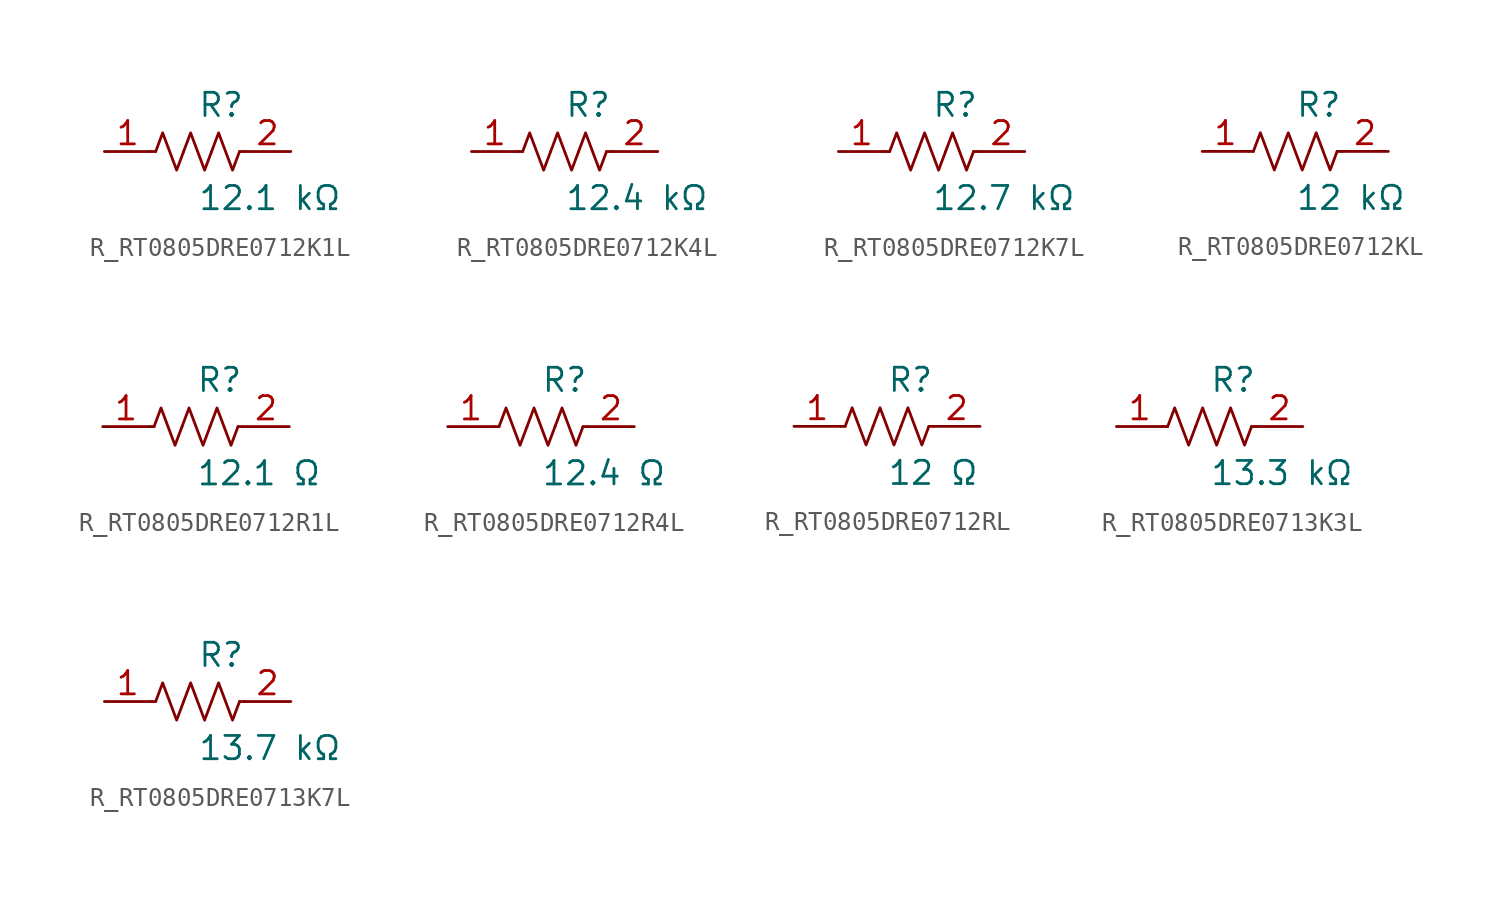
<source format=kicad_sym>
(kicad_symbol_lib
  (version 20231120)
  (generator kicad_symbol_editor)
  (generator_version 8.0)
  (symbol "R_RT0805DRE0712K1L"
    (pin_names
      (offset 0.254))
    (property "Reference" "R"
      (at 0 2.54 0)
      (effects (font (size 1.27 1.27)) (justify left)))
    (property "Value" "12.1 kΩ"
      (at 0 -2.54 0)
      (effects (font (size 1.27 1.27)) (justify left)))
    (symbol "R_RT0805DRE0712K1L_0_1"
      (polyline (pts (xy 2.286 0) (xy 2.54 0)) (stroke (width 0) (type default)) (fill (type none)))
      (polyline (pts (xy -2.286 0) (xy -2.54 0)) (stroke (width 0) (type default)) (fill (type none)))
      (polyline (pts (xy 0.762 0) (xy 1.143 1.016) (xy 1.524 0) (xy 1.905 -1.016) (xy 2.286 0)) (stroke (width 0) (type default)) (fill (type none)))
      (polyline (pts (xy -0.762 0) (xy -0.381 1.016) (xy 0 0) (xy 0.381 -1.016) (xy 0.762 0)) (stroke (width 0) (type default)) (fill (type none)))
      (polyline (pts (xy -2.286 0) (xy -1.905 1.016) (xy -1.524 0) (xy -1.143 -1.016) (xy -0.762 0)) (stroke (width 0) (type default)) (fill (type none))))
    (pin passive line
      (at -5.08 0 0)
      (length 2.54)
      (name "" (effects (font (size 1.27 1.27))))
      (number "1" (effects (font (size 1.27 1.27)))))
    (pin passive line
      (at 5.08 0 180)
      (length 2.54)
      (name "" (effects (font (size 1.27 1.27))))
      (number "2" (effects (font (size 1.27 1.27))))))
  (symbol "R_RT0805DRE0712K4L"
    (pin_names
      (offset 0.254))
    (property "Reference" "R"
      (at 0 2.54 0)
      (effects (font (size 1.27 1.27)) (justify left)))
    (property "Value" "12.4 kΩ"
      (at 0 -2.54 0)
      (effects (font (size 1.27 1.27)) (justify left)))
    (symbol "R_RT0805DRE0712K4L_0_1"
      (polyline (pts (xy 2.286 0) (xy 2.54 0)) (stroke (width 0) (type default)) (fill (type none)))
      (polyline (pts (xy -2.286 0) (xy -2.54 0)) (stroke (width 0) (type default)) (fill (type none)))
      (polyline (pts (xy 0.762 0) (xy 1.143 1.016) (xy 1.524 0) (xy 1.905 -1.016) (xy 2.286 0)) (stroke (width 0) (type default)) (fill (type none)))
      (polyline (pts (xy -0.762 0) (xy -0.381 1.016) (xy 0 0) (xy 0.381 -1.016) (xy 0.762 0)) (stroke (width 0) (type default)) (fill (type none)))
      (polyline (pts (xy -2.286 0) (xy -1.905 1.016) (xy -1.524 0) (xy -1.143 -1.016) (xy -0.762 0)) (stroke (width 0) (type default)) (fill (type none))))
    (pin passive line
      (at -5.08 0 0)
      (length 2.54)
      (name "" (effects (font (size 1.27 1.27))))
      (number "1" (effects (font (size 1.27 1.27)))))
    (pin passive line
      (at 5.08 0 180)
      (length 2.54)
      (name "" (effects (font (size 1.27 1.27))))
      (number "2" (effects (font (size 1.27 1.27))))))
  (symbol "R_RT0805DRE0712K7L"
    (pin_names
      (offset 0.254))
    (property "Reference" "R"
      (at 0 2.54 0)
      (effects (font (size 1.27 1.27)) (justify left)))
    (property "Value" "12.7 kΩ"
      (at 0 -2.54 0)
      (effects (font (size 1.27 1.27)) (justify left)))
    (symbol "R_RT0805DRE0712K7L_0_1"
      (polyline (pts (xy 2.286 0) (xy 2.54 0)) (stroke (width 0) (type default)) (fill (type none)))
      (polyline (pts (xy -2.286 0) (xy -2.54 0)) (stroke (width 0) (type default)) (fill (type none)))
      (polyline (pts (xy 0.762 0) (xy 1.143 1.016) (xy 1.524 0) (xy 1.905 -1.016) (xy 2.286 0)) (stroke (width 0) (type default)) (fill (type none)))
      (polyline (pts (xy -0.762 0) (xy -0.381 1.016) (xy 0 0) (xy 0.381 -1.016) (xy 0.762 0)) (stroke (width 0) (type default)) (fill (type none)))
      (polyline (pts (xy -2.286 0) (xy -1.905 1.016) (xy -1.524 0) (xy -1.143 -1.016) (xy -0.762 0)) (stroke (width 0) (type default)) (fill (type none))))
    (pin passive line
      (at -5.08 0 0)
      (length 2.54)
      (name "" (effects (font (size 1.27 1.27))))
      (number "1" (effects (font (size 1.27 1.27)))))
    (pin passive line
      (at 5.08 0 180)
      (length 2.54)
      (name "" (effects (font (size 1.27 1.27))))
      (number "2" (effects (font (size 1.27 1.27))))))
  (symbol "R_RT0805DRE0712KL"
    (pin_names
      (offset 0.254))
    (property "Reference" "R"
      (at 0 2.54 0)
      (effects (font (size 1.27 1.27)) (justify left)))
    (property "Value" "12 kΩ"
      (at 0 -2.54 0)
      (effects (font (size 1.27 1.27)) (justify left)))
    (symbol "R_RT0805DRE0712KL_0_1"
      (polyline (pts (xy 2.286 0) (xy 2.54 0)) (stroke (width 0) (type default)) (fill (type none)))
      (polyline (pts (xy -2.286 0) (xy -2.54 0)) (stroke (width 0) (type default)) (fill (type none)))
      (polyline (pts (xy 0.762 0) (xy 1.143 1.016) (xy 1.524 0) (xy 1.905 -1.016) (xy 2.286 0)) (stroke (width 0) (type default)) (fill (type none)))
      (polyline (pts (xy -0.762 0) (xy -0.381 1.016) (xy 0 0) (xy 0.381 -1.016) (xy 0.762 0)) (stroke (width 0) (type default)) (fill (type none)))
      (polyline (pts (xy -2.286 0) (xy -1.905 1.016) (xy -1.524 0) (xy -1.143 -1.016) (xy -0.762 0)) (stroke (width 0) (type default)) (fill (type none))))
    (pin passive line
      (at -5.08 0 0)
      (length 2.54)
      (name "" (effects (font (size 1.27 1.27))))
      (number "1" (effects (font (size 1.27 1.27)))))
    (pin passive line
      (at 5.08 0 180)
      (length 2.54)
      (name "" (effects (font (size 1.27 1.27))))
      (number "2" (effects (font (size 1.27 1.27))))))
  (symbol "R_RT0805DRE0712R1L"
    (pin_names
      (offset 0.254))
    (property "Reference" "R"
      (at 0 2.54 0)
      (effects (font (size 1.27 1.27)) (justify left)))
    (property "Value" "12.1 Ω"
      (at 0 -2.54 0)
      (effects (font (size 1.27 1.27)) (justify left)))
    (symbol "R_RT0805DRE0712R1L_0_1"
      (polyline (pts (xy 2.286 0) (xy 2.54 0)) (stroke (width 0) (type default)) (fill (type none)))
      (polyline (pts (xy -2.286 0) (xy -2.54 0)) (stroke (width 0) (type default)) (fill (type none)))
      (polyline (pts (xy 0.762 0) (xy 1.143 1.016) (xy 1.524 0) (xy 1.905 -1.016) (xy 2.286 0)) (stroke (width 0) (type default)) (fill (type none)))
      (polyline (pts (xy -0.762 0) (xy -0.381 1.016) (xy 0 0) (xy 0.381 -1.016) (xy 0.762 0)) (stroke (width 0) (type default)) (fill (type none)))
      (polyline (pts (xy -2.286 0) (xy -1.905 1.016) (xy -1.524 0) (xy -1.143 -1.016) (xy -0.762 0)) (stroke (width 0) (type default)) (fill (type none))))
    (pin passive line
      (at -5.08 0 0)
      (length 2.54)
      (name "" (effects (font (size 1.27 1.27))))
      (number "1" (effects (font (size 1.27 1.27)))))
    (pin passive line
      (at 5.08 0 180)
      (length 2.54)
      (name "" (effects (font (size 1.27 1.27))))
      (number "2" (effects (font (size 1.27 1.27))))))
  (symbol "R_RT0805DRE0712R4L"
    (pin_names
      (offset 0.254))
    (property "Reference" "R"
      (at 0 2.54 0)
      (effects (font (size 1.27 1.27)) (justify left)))
    (property "Value" "12.4 Ω"
      (at 0 -2.54 0)
      (effects (font (size 1.27 1.27)) (justify left)))
    (symbol "R_RT0805DRE0712R4L_0_1"
      (polyline (pts (xy 2.286 0) (xy 2.54 0)) (stroke (width 0) (type default)) (fill (type none)))
      (polyline (pts (xy -2.286 0) (xy -2.54 0)) (stroke (width 0) (type default)) (fill (type none)))
      (polyline (pts (xy 0.762 0) (xy 1.143 1.016) (xy 1.524 0) (xy 1.905 -1.016) (xy 2.286 0)) (stroke (width 0) (type default)) (fill (type none)))
      (polyline (pts (xy -0.762 0) (xy -0.381 1.016) (xy 0 0) (xy 0.381 -1.016) (xy 0.762 0)) (stroke (width 0) (type default)) (fill (type none)))
      (polyline (pts (xy -2.286 0) (xy -1.905 1.016) (xy -1.524 0) (xy -1.143 -1.016) (xy -0.762 0)) (stroke (width 0) (type default)) (fill (type none))))
    (pin passive line
      (at -5.08 0 0)
      (length 2.54)
      (name "" (effects (font (size 1.27 1.27))))
      (number "1" (effects (font (size 1.27 1.27)))))
    (pin passive line
      (at 5.08 0 180)
      (length 2.54)
      (name "" (effects (font (size 1.27 1.27))))
      (number "2" (effects (font (size 1.27 1.27))))))
  (symbol "R_RT0805DRE0712RL"
    (pin_names
      (offset 0.254))
    (property "Reference" "R"
      (at 0 2.54 0)
      (effects (font (size 1.27 1.27)) (justify left)))
    (property "Value" "12 Ω"
      (at 0 -2.54 0)
      (effects (font (size 1.27 1.27)) (justify left)))
    (symbol "R_RT0805DRE0712RL_0_1"
      (polyline (pts (xy 2.286 0) (xy 2.54 0)) (stroke (width 0) (type default)) (fill (type none)))
      (polyline (pts (xy -2.286 0) (xy -2.54 0)) (stroke (width 0) (type default)) (fill (type none)))
      (polyline (pts (xy 0.762 0) (xy 1.143 1.016) (xy 1.524 0) (xy 1.905 -1.016) (xy 2.286 0)) (stroke (width 0) (type default)) (fill (type none)))
      (polyline (pts (xy -0.762 0) (xy -0.381 1.016) (xy 0 0) (xy 0.381 -1.016) (xy 0.762 0)) (stroke (width 0) (type default)) (fill (type none)))
      (polyline (pts (xy -2.286 0) (xy -1.905 1.016) (xy -1.524 0) (xy -1.143 -1.016) (xy -0.762 0)) (stroke (width 0) (type default)) (fill (type none))))
    (pin passive line
      (at -5.08 0 0)
      (length 2.54)
      (name "" (effects (font (size 1.27 1.27))))
      (number "1" (effects (font (size 1.27 1.27)))))
    (pin passive line
      (at 5.08 0 180)
      (length 2.54)
      (name "" (effects (font (size 1.27 1.27))))
      (number "2" (effects (font (size 1.27 1.27))))))
  (symbol "R_RT0805DRE0713K3L"
    (pin_names
      (offset 0.254))
    (property "Reference" "R"
      (at 0 2.54 0)
      (effects (font (size 1.27 1.27)) (justify left)))
    (property "Value" "13.3 kΩ"
      (at 0 -2.54 0)
      (effects (font (size 1.27 1.27)) (justify left)))
    (symbol "R_RT0805DRE0713K3L_0_1"
      (polyline (pts (xy 2.286 0) (xy 2.54 0)) (stroke (width 0) (type default)) (fill (type none)))
      (polyline (pts (xy -2.286 0) (xy -2.54 0)) (stroke (width 0) (type default)) (fill (type none)))
      (polyline (pts (xy 0.762 0) (xy 1.143 1.016) (xy 1.524 0) (xy 1.905 -1.016) (xy 2.286 0)) (stroke (width 0) (type default)) (fill (type none)))
      (polyline (pts (xy -0.762 0) (xy -0.381 1.016) (xy 0 0) (xy 0.381 -1.016) (xy 0.762 0)) (stroke (width 0) (type default)) (fill (type none)))
      (polyline (pts (xy -2.286 0) (xy -1.905 1.016) (xy -1.524 0) (xy -1.143 -1.016) (xy -0.762 0)) (stroke (width 0) (type default)) (fill (type none))))
    (pin passive line
      (at -5.08 0 0)
      (length 2.54)
      (name "" (effects (font (size 1.27 1.27))))
      (number "1" (effects (font (size 1.27 1.27)))))
    (pin passive line
      (at 5.08 0 180)
      (length 2.54)
      (name "" (effects (font (size 1.27 1.27))))
      (number "2" (effects (font (size 1.27 1.27))))))
  (symbol "R_RT0805DRE0713K7L"
    (pin_names
      (offset 0.254))
    (property "Reference" "R"
      (at 0 2.54 0)
      (effects (font (size 1.27 1.27)) (justify left)))
    (property "Value" "13.7 kΩ"
      (at 0 -2.54 0)
      (effects (font (size 1.27 1.27)) (justify left)))
    (symbol "R_RT0805DRE0713K7L_0_1"
      (polyline (pts (xy 2.286 0) (xy 2.54 0)) (stroke (width 0) (type default)) (fill (type none)))
      (polyline (pts (xy -2.286 0) (xy -2.54 0)) (stroke (width 0) (type default)) (fill (type none)))
      (polyline (pts (xy 0.762 0) (xy 1.143 1.016) (xy 1.524 0) (xy 1.905 -1.016) (xy 2.286 0)) (stroke (width 0) (type default)) (fill (type none)))
      (polyline (pts (xy -0.762 0) (xy -0.381 1.016) (xy 0 0) (xy 0.381 -1.016) (xy 0.762 0)) (stroke (width 0) (type default)) (fill (type none)))
      (polyline (pts (xy -2.286 0) (xy -1.905 1.016) (xy -1.524 0) (xy -1.143 -1.016) (xy -0.762 0)) (stroke (width 0) (type default)) (fill (type none))))
    (pin passive line
      (at -5.08 0 0)
      (length 2.54)
      (name "" (effects (font (size 1.27 1.27))))
      (number "1" (effects (font (size 1.27 1.27)))))
    (pin passive line
      (at 5.08 0 180)
      (length 2.54)
      (name "" (effects (font (size 1.27 1.27))))
      (number "2" (effects (font (size 1.27 1.27)))))))
</source>
